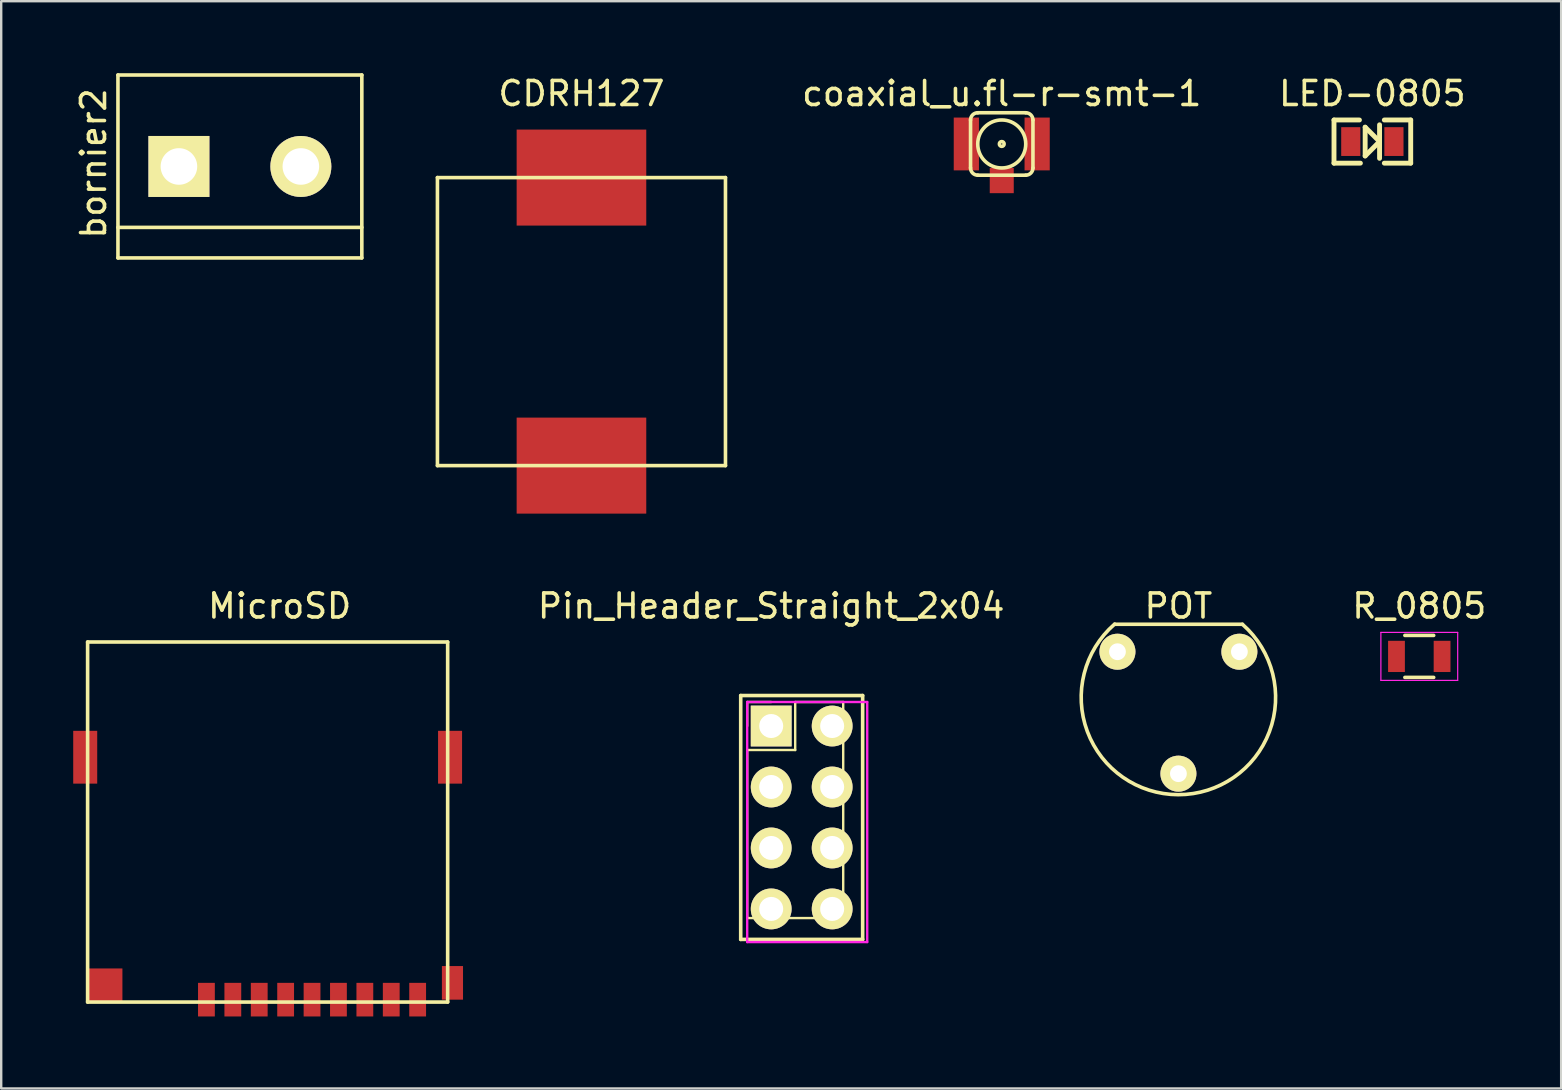
<source format=kicad_pcb>
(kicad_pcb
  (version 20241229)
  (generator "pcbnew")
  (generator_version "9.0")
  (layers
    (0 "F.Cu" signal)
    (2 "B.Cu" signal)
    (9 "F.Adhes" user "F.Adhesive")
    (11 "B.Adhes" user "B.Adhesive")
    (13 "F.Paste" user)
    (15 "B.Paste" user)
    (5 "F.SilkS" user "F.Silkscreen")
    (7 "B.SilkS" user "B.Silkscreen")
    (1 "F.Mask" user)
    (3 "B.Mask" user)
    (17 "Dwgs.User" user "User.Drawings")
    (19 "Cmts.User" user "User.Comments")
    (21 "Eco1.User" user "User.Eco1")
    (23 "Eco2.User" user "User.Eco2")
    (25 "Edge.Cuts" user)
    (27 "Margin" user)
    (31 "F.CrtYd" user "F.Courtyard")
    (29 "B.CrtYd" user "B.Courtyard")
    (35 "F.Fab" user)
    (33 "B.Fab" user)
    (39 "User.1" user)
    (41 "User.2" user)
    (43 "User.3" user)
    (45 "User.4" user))
  (footprint "R_0805"
    (layer "F.Cu")
    (at 56.079 24.297)
    (property "Reference" "R_0805" (at 0 -2.1 0) (layer "F.SilkS") (effects (font (size 1 1) (thickness 0.15))))
    (attr smd)
    (fp_line (start -0.6 -0.875) (end 0.6 -0.875) (stroke (width 0.15) (type solid)) (layer "F.SilkS"))
    (fp_line (start 0.6 0.875) (end -0.6 0.875) (stroke (width 0.15) (type solid)) (layer "F.SilkS"))
    (fp_line (start -1.6 -1) (end -1.6 1) (stroke (width 0.05) (type solid)) (layer "F.CrtYd"))
    (fp_line (start -1.6 -1) (end 1.6 -1) (stroke (width 0.05) (type solid)) (layer "F.CrtYd"))
    (fp_line (start -1.6 1) (end 1.6 1) (stroke (width 0.05) (type solid)) (layer "F.CrtYd"))
    (fp_line (start 1.6 -1) (end 1.6 1) (stroke (width 0.05) (type solid)) (layer "F.CrtYd"))
    (pad "1" smd rect (at -0.95 0) (size 0.7 1.3) (layers "F.Cu" "F.Mask" "F.Paste"))
    (pad "2" smd rect (at 0.95 0) (size 0.7 1.3) (layers "F.Cu" "F.Mask" "F.Paste")))
  (footprint "coaxial_u.fl-r-smt-1"
    (layer "F.Cu")
    (at 38.684 2.948)
    (property "Reference" "coaxial_u.fl-r-smt-1" (at 0 -2.1 0) (layer "F.SilkS") (effects (font (size 1 1) (thickness 0.15))))
    (attr through_hole)
    (fp_line (start -1.3 1) (end -1.3 -1) (stroke (width 0.15) (type solid)) (layer "F.SilkS"))
    (fp_line (start -1 -1.3) (end 1 -1.3) (stroke (width 0.15) (type solid)) (layer "F.SilkS"))
    (fp_line (start 1 1.3) (end -1 1.3) (stroke (width 0.15) (type solid)) (layer "F.SilkS"))
    (fp_line (start 1.3 -1) (end 1.3 1) (stroke (width 0.15) (type solid)) (layer "F.SilkS"))
    (fp_arc (start -1.3 -1) (mid -1.212132 -1.212132) (end -1 -1.3) (stroke (width 0.15) (type solid)) (layer "F.SilkS"))
    (fp_arc (start -1 1.3) (mid -1.212132 1.212132) (end -1.3 1) (stroke (width 0.15) (type solid)) (layer "F.SilkS"))
    (fp_arc (start 1 -1.3) (mid 1.212132 -1.212132) (end 1.3 -1) (stroke (width 0.15) (type solid)) (layer "F.SilkS"))
    (fp_arc (start 1.3 1) (mid 1.212132 1.212132) (end 1 1.3) (stroke (width 0.15) (type solid)) (layer "F.SilkS"))
    (fp_circle (center 0 0) (end -1 0) (stroke (width 0.15) (type solid)) (fill no) (layer "F.SilkS"))
    (fp_circle (center 0 0) (end -0.1 0) (stroke (width 0.15) (type solid)) (fill no) (layer "F.SilkS"))
    (pad "1" smd rect (at 0 1.525) (size 1 1.05) (layers "F.Cu" "F.Mask" "F.Paste"))
    (pad "2" smd rect (at -1.475 0) (size 1.05 2.2) (layers "F.Cu" "F.Mask" "F.Paste"))
    (pad "3" smd rect (at 1.475 0) (size 1.05 2.2) (layers "F.Cu" "F.Mask" "F.Paste")))
  (footprint "bornier2"
    (layer "F.Cu")
    (at 6.944 3.885)
    (property "Reference" "bornier2" (at -6.096 -0.127 90) (layer "F.SilkS") (effects (font (size 1 1) (thickness 0.15))))
    (attr through_hole)
    (fp_line (start -5.08 -3.81) (end -5.08 3.81) (stroke (width 0.15) (type solid)) (layer "F.SilkS"))
    (fp_line (start -5.08 3.81) (end 5.08 3.81) (stroke (width 0.15) (type solid)) (layer "F.SilkS"))
    (fp_line (start 5.08 -3.81) (end -5.08 -3.81) (stroke (width 0.15) (type solid)) (layer "F.SilkS"))
    (fp_line (start 5.08 2.54) (end -5.08 2.54) (stroke (width 0.15) (type solid)) (layer "F.SilkS"))
    (fp_line (start 5.08 3.81) (end 5.08 -3.81) (stroke (width 0.15) (type solid)) (layer "F.SilkS"))
    (pad "1" thru_hole rect (at -2.54 0) (size 2.54 2.54) (drill 1.524) (layers "*.Cu" "*.Mask" "F.SilkS"))
    (pad "2" thru_hole circle (at 2.54 0) (size 2.54 2.54) (drill 1.524) (layers "*.Cu" "*.Mask" "F.SilkS")))
  (footprint "MicroSD"
    (layer "F.Cu")
    (at 8.1 31.197)
    (property "Reference" "MicroSD" (at 0.5 -9 0) (layer "F.SilkS") (effects (font (size 1 1) (thickness 0.15))))
    (attr through_hole)
    (fp_line (start -7.5 -7.5) (end -7.5 7.5) (stroke (width 0.15) (type solid)) (layer "F.SilkS"))
    (fp_line (start -7.5 7.5) (end 7.5 7.5) (stroke (width 0.15) (type solid)) (layer "F.SilkS"))
    (fp_line (start 7.5 -7.5) (end -7.5 -7.5) (stroke (width 0.15) (type solid)) (layer "F.SilkS"))
    (fp_line (start 7.5 7.5) (end 7.5 -7.5) (stroke (width 0.15) (type solid)) (layer "F.SilkS"))
    (pad "1" smd rect (at -2.55 7.4) (size 0.7 1.4) (layers "F.Cu" "F.Mask" "F.Paste"))
    (pad "2" smd rect (at -1.45 7.4) (size 0.7 1.4) (layers "F.Cu" "F.Mask" "F.Paste"))
    (pad "3" smd rect (at -0.35 7.4) (size 0.7 1.4) (layers "F.Cu" "F.Mask" "F.Paste"))
    (pad "4" smd rect (at 0.75 7.4) (size 0.7 1.4) (layers "F.Cu" "F.Mask" "F.Paste"))
    (pad "5" smd rect (at 1.85 7.4) (size 0.7 1.4) (layers "F.Cu" "F.Mask" "F.Paste"))
    (pad "6" smd rect (at 2.95 7.4) (size 0.7 1.4) (layers "F.Cu" "F.Mask" "F.Paste"))
    (pad "7" smd rect (at 4.05 7.4) (size 0.7 1.4) (layers "F.Cu" "F.Mask" "F.Paste"))
    (pad "8" smd rect (at 5.15 7.4) (size 0.7 1.4) (layers "F.Cu" "F.Mask" "F.Paste"))
    (pad "9" smd rect (at 6.25 7.4) (size 0.7 1.4) (layers "F.Cu" "F.Mask" "F.Paste"))
    (pad "10" smd rect (at 7.7 6.7) (size 0.88 1.4) (layers "F.Cu" "F.Mask" "F.Paste"))
    (pad "11" smd rect (at 7.6 -2.7) (size 1 2.2) (layers "F.Cu" "F.Mask" "F.Paste"))
    (pad "12" smd rect (at -7.6 -2.7) (size 1 2.2) (layers "F.Cu" "F.Mask" "F.Paste"))
    (pad "13" smd rect (at -6.8 6.8) (size 1.5 1.4) (layers "F.Cu" "F.Mask" "F.Paste")))
  (footprint "POT"
    (layer "F.Cu")
    (at 46.044 26.642)
    (property "Reference" "POT" (at 0 -4.445 0) (layer "F.SilkS") (effects (font (size 1 1) (thickness 0.15))))
    (attr through_hole)
    (fp_line (start 2.667 -3.683) (end -2.652 -3.685) (stroke (width 0.15) (type solid)) (layer "F.SilkS"))
    (fp_arc (start 2.667 -3.683) (mid -0.00625 3.415081) (end -2.65758 -3.691217) (stroke (width 0.15) (type solid)) (layer "F.SilkS"))
    (pad "1" thru_hole circle (at -2.54 -2.54) (size 1.5 1.5) (drill 0.7) (layers "*.Cu" "*.Mask" "F.SilkS"))
    (pad "2" thru_hole circle (at 2.54 -2.54) (size 1.5 1.5) (drill 0.7) (layers "*.Cu" "*.Mask" "F.SilkS"))
    (pad "3" thru_hole circle (at 0 2.54) (size 1.5 1.5) (drill 0.7) (layers "*.Cu" "*.Mask" "F.SilkS")))
  (footprint "Pin_Header_Straight_2x04"
    (layer "F.Cu")
    (at 29.079 27.197)
    (property "Reference" "Pin_Header_Straight_2x04" (at 0 -5 0) (layer "F.SilkS") (effects (font (size 1 1) (thickness 0.15))))
    (attr through_hole)
    (fp_line (start -1.27 -1.27) (end -1.27 8.89) (stroke (width 0.15) (type solid)) (layer "F.SilkS"))
    (fp_line (start -1.27 8.89) (end 3.81 8.89) (stroke (width 0.15) (type solid)) (layer "F.SilkS"))
    (fp_line (start -1 -1) (end -1 0) (stroke (width 0.1) (type solid)) (layer "F.SilkS"))
    (fp_line (start -1 1) (end -1 8) (stroke (width 0.1) (type solid)) (layer "F.SilkS"))
    (fp_line (start -1 8) (end 3 8) (stroke (width 0.1) (type solid)) (layer "F.SilkS"))
    (fp_line (start 0 -1) (end -1 -1) (stroke (width 0.1) (type solid)) (layer "F.SilkS"))
    (fp_line (start 1 -1) (end 1 1) (stroke (width 0.1) (type solid)) (layer "F.SilkS"))
    (fp_line (start 1 1) (end -1 1) (stroke (width 0.1) (type solid)) (layer "F.SilkS"))
    (fp_line (start 3 -1) (end 1 -1) (stroke (width 0.1) (type solid)) (layer "F.SilkS"))
    (fp_line (start 3 8) (end 3 -1) (stroke (width 0.1) (type solid)) (layer "F.SilkS"))
    (fp_line (start 3.81 -1.27) (end -1.27 -1.27) (stroke (width 0.15) (type solid)) (layer "F.SilkS"))
    (fp_line (start 3.81 8.89) (end 3.81 -1.27) (stroke (width 0.15) (type solid)) (layer "F.SilkS"))
    (fp_line (start -1 -1) (end -1 9) (stroke (width 0.1) (type solid)) (layer "F.CrtYd"))
    (fp_line (start -1 -1) (end 4 -1) (stroke (width 0.1) (type solid)) (layer "F.CrtYd"))
    (fp_line (start -1 9) (end 4 9) (stroke (width 0.1) (type solid)) (layer "F.CrtYd"))
    (fp_line (start 4 -1) (end 4 9) (stroke (width 0.1) (type solid)) (layer "F.CrtYd"))
    (pad "1" thru_hole rect (at 0 0) (size 1.7 1.7) (drill 1) (layers "*.Cu" "*.Mask" "F.SilkS"))
    (pad "2" thru_hole oval (at 2.54 0) (size 1.7 1.7) (drill 1) (layers "*.Cu" "*.Mask" "F.SilkS"))
    (pad "3" thru_hole oval (at 0 2.54) (size 1.7 1.7) (drill 1) (layers "*.Cu" "*.Mask" "F.SilkS"))
    (pad "4" thru_hole oval (at 2.54 2.54) (size 1.7 1.7) (drill 1) (layers "*.Cu" "*.Mask" "F.SilkS"))
    (pad "5" thru_hole oval (at 0 5.08) (size 1.7 1.7) (drill 1) (layers "*.Cu" "*.Mask" "F.SilkS"))
    (pad "6" thru_hole oval (at 2.54 5.08) (size 1.7 1.7) (drill 1) (layers "*.Cu" "*.Mask" "F.SilkS"))
    (pad "7" thru_hole oval (at 0 7.62) (size 1.7 1.7) (drill 1) (layers "*.Cu" "*.Mask" "F.SilkS"))
    (pad "8" thru_hole oval (at 2.54 7.62) (size 1.7 1.7) (drill 1) (layers "*.Cu" "*.Mask" "F.SilkS")))
  (footprint "LED-0805"
    (layer "F.Cu")
    (at 54.124 2.848)
    (property "Reference" "LED-0805" (at 0 -2 0) (layer "F.SilkS") (effects (font (size 1 1) (thickness 0.15))))
    (attr through_hole)
    (fp_line (start -1.598 -0.899) (end -1.598 0.899) (stroke (width 0.203) (type solid)) (layer "F.SilkS"))
    (fp_line (start -1.598 0.899) (end -0.498 0.899) (stroke (width 0.203) (type solid)) (layer "F.SilkS"))
    (fp_line (start -0.538 -0.899) (end -1.598 -0.899) (stroke (width 0.203) (type solid)) (layer "F.SilkS"))
    (fp_line (start -0.3 -0.599) (end -0.3 0.599) (stroke (width 0.203) (type solid)) (layer "F.SilkS"))
    (fp_line (start -0.3 0.599) (end 0.3 0) (stroke (width 0.203) (type solid)) (layer "F.SilkS"))
    (fp_line (start 0.3 -0.699) (end 0.3 0) (stroke (width 0.203) (type solid)) (layer "F.SilkS"))
    (fp_line (start 0.3 0) (end -0.3 -0.599) (stroke (width 0.203) (type solid)) (layer "F.SilkS"))
    (fp_line (start 0.3 0) (end 0.3 0.699) (stroke (width 0.203) (type solid)) (layer "F.SilkS"))
    (fp_line (start 0.498 -0.899) (end 1.598 -0.899) (stroke (width 0.203) (type solid)) (layer "F.SilkS"))
    (fp_line (start 1.598 -0.899) (end 1.598 0.899) (stroke (width 0.203) (type solid)) (layer "F.SilkS"))
    (fp_line (start 1.598 0.899) (end 0.498 0.899) (stroke (width 0.203) (type solid)) (layer "F.SilkS"))
    (pad "A" smd rect (at -0.899 0) (size 0.798 1.199) (layers "F.Cu" "F.Mask" "F.Paste"))
    (pad "K" smd rect (at 0.899 0) (size 0.798 1.199) (layers "F.Cu" "F.Mask" "F.Paste")))
  (footprint "CDRH127"
    (layer "F.Cu")
    (at 21.174 10.348)
    (property "Reference" "CDRH127" (at 0 -9.5 0) (layer "F.SilkS") (effects (font (size 1 1) (thickness 0.15))))
    (attr through_hole)
    (fp_line (start -6 -6) (end -6 6) (stroke (width 0.15) (type solid)) (layer "F.SilkS"))
    (fp_line (start -6 6) (end 6 6) (stroke (width 0.15) (type solid)) (layer "F.SilkS"))
    (fp_line (start 6 -6) (end -6 -6) (stroke (width 0.15) (type solid)) (layer "F.SilkS"))
    (fp_line (start 6 6) (end 6 -6) (stroke (width 0.15) (type solid)) (layer "F.SilkS"))
    (pad "1" smd rect (at 0 -6) (size 5.4 4) (layers "F.Cu" "F.Mask" "F.Paste"))
    (pad "2" smd rect (at 0 6) (size 5.4 4) (layers "F.Cu" "F.Mask" "F.Paste")))
  (gr_rect
    (start -3 -3)
    (end 61.99 42.297)
    (stroke (width 0.1) (type default))
    (fill no)
    (layer "Edge.Cuts")))
</source>
